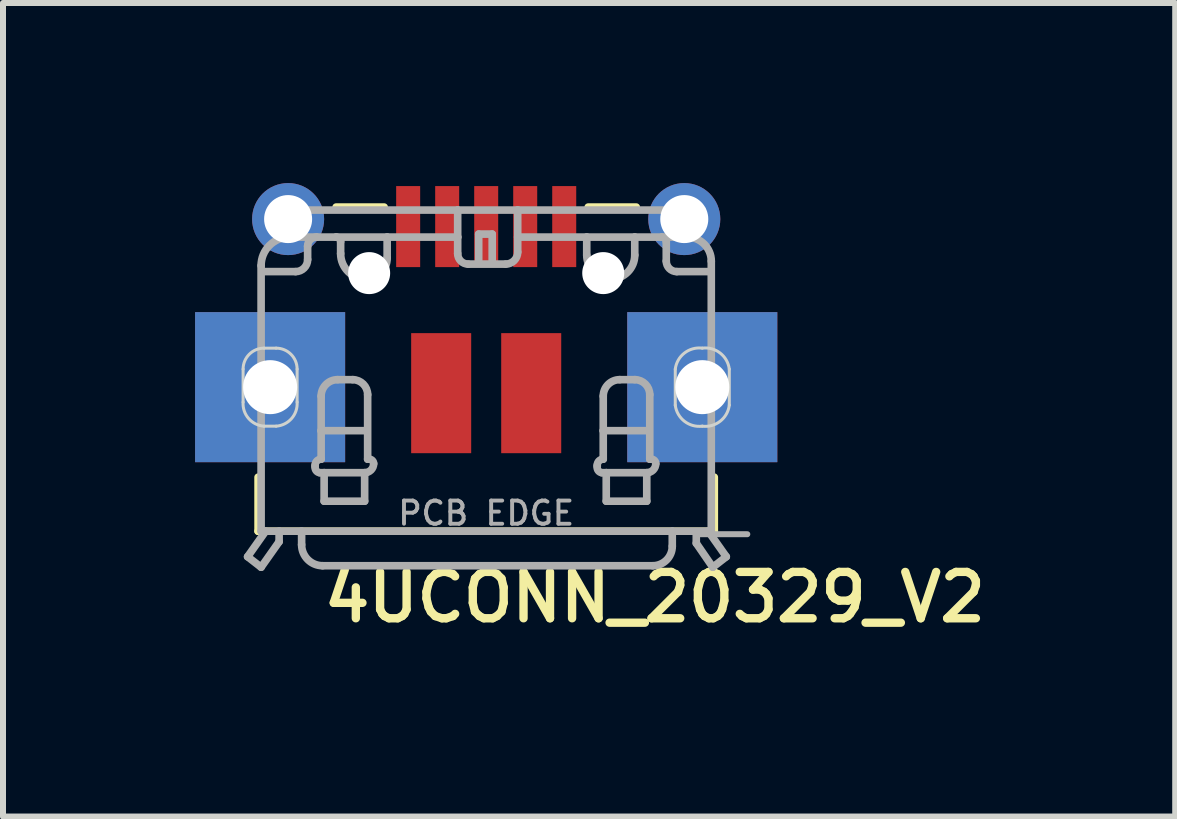
<source format=kicad_pcb>
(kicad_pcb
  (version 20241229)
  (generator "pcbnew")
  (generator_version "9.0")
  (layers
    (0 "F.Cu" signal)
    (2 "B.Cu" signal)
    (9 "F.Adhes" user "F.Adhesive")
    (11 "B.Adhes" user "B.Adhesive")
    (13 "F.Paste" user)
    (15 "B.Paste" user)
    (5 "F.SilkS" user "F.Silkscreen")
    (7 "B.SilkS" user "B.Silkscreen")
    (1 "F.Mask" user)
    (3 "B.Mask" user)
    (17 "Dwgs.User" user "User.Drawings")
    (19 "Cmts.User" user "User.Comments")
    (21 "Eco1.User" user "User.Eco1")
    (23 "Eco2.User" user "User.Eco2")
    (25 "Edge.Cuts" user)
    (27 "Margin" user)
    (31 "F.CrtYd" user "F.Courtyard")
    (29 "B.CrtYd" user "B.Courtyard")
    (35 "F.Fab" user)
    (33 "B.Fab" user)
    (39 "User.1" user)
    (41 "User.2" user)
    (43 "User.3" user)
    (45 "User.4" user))
  (footprint "4UCONN_20329_V2"
    (layer "F.Cu")
    (at 5.05 1.5)
    (property "Reference" "4UCONN_20329_V2" (at -2.778 5.852 180) (layer "F.SilkS") (effects (font (size 0.772 0.772) (thickness 0.139)) (justify left bottom)))
    (attr through_hole)
    (fp_poly (pts (xy -1.55 -0.05) (xy -1.05 -0.05) (xy -1.05 -1.5) (xy -1.55 -1.5)) (stroke (width 0) (type solid)) (fill yes) (layer "F.Mask"))
    (fp_poly (pts (xy -0.9 -0.05) (xy -0.4 -0.05) (xy -0.4 -1.5) (xy -0.9 -1.5)) (stroke (width 0) (type solid)) (fill yes) (layer "F.Mask"))
    (fp_poly (pts (xy -0.25 -0.05) (xy 0.25 -0.05) (xy 0.25 -1.5) (xy -0.25 -1.5)) (stroke (width 0) (type solid)) (fill yes) (layer "F.Mask"))
    (fp_poly (pts (xy 0.4 -0.05) (xy 0.9 -0.05) (xy 0.9 -1.5) (xy 0.4 -1.5)) (stroke (width 0) (type solid)) (fill yes) (layer "F.Mask"))
    (fp_poly (pts (xy 1.05 -0.05) (xy 1.55 -0.05) (xy 1.55 -1.5) (xy 1.05 -1.5)) (stroke (width 0) (type solid)) (fill yes) (layer "F.Mask"))
    (fp_line (start -3.8 3.4) (end -3.8 4.3) (stroke (width 0.127) (type solid)) (layer "F.SilkS"))
    (fp_line (start -3.8 4.3) (end 3.8 4.3) (stroke (width 0.127) (type solid)) (layer "F.SilkS"))
    (fp_line (start -2.5 -1.1) (end -1.7 -1.1) (stroke (width 0.127) (type solid)) (layer "F.SilkS"))
    (fp_line (start 1.7 -1.1) (end 2.5 -1.1) (stroke (width 0.127) (type solid)) (layer "F.SilkS"))
    (fp_line (start 3.8 4.3) (end 3.8 3.4) (stroke (width 0.127) (type solid)) (layer "F.SilkS"))
    (fp_poly (pts (xy -4.85 3.15) (xy -2.35 3.15) (xy -2.35 0.65) (xy -4.85 0.65)) (stroke (width 0) (type solid)) (fill yes) (layer "F.Paste"))
    (fp_poly (pts (xy 2.35 3.15) (xy 4.85 3.15) (xy 4.85 0.65) (xy 2.35 0.65)) (stroke (width 0) (type solid)) (fill yes) (layer "F.Paste"))
    (fp_poly (pts (xy -5.05 -0.9) (xy -5.014 -0.724) (xy -4.925 -0.567) (xy -4.793 -0.445) (xy -4.45 -0.35) (xy -3.35 -0.35) (xy -3.171 -0.37) (xy -3.007 -0.445) (xy -2.875 -0.567) (xy -2.786 -0.724) (xy -2.75 -0.9) (xy -2.786 -1.076) (xy -2.875 -1.233) (xy -3.007 -1.355) (xy -3.35 -1.45) (xy -4.45 -1.45) (xy -4.629 -1.43) (xy -4.793 -1.355) (xy -4.925 -1.233)) (stroke (width 0) (type solid)) (fill yes) (layer "F.Paste"))
    (fp_poly (pts (xy 2.75 -0.9) (xy 2.786 -0.724) (xy 2.875 -0.567) (xy 3.007 -0.445) (xy 3.35 -0.35) (xy 4.45 -0.35) (xy 4.629 -0.37) (xy 4.793 -0.445) (xy 4.925 -0.567) (xy 5.014 -0.724) (xy 5.05 -0.9) (xy 5.014 -1.076) (xy 4.925 -1.233) (xy 4.793 -1.355) (xy 4.45 -1.45) (xy 3.35 -1.45) (xy 3.171 -1.43) (xy 3.007 -1.355) (xy 2.875 -1.233)) (stroke (width 0) (type solid)) (fill yes) (layer "F.Paste"))
    (fp_line (start -4.05 2.15) (end -4.05 1.6) (stroke (width 0.05) (type solid)) (layer "Edge.Cuts"))
    (fp_line (start -3.7 1.25) (end -3.5 1.25) (stroke (width 0.05) (type solid)) (layer "Edge.Cuts"))
    (fp_line (start -3.5 2.55) (end -3.7 2.55) (stroke (width 0.05) (type solid)) (layer "Edge.Cuts"))
    (fp_line (start -3.15 1.6) (end -3.15 2.15) (stroke (width 0.05) (type solid)) (layer "Edge.Cuts"))
    (fp_line (start 3.15 2.2) (end 3.15 1.6) (stroke (width 0.05) (type solid)) (layer "Edge.Cuts"))
    (fp_line (start 4.05 1.6) (end 4.05 2.2) (stroke (width 0.05) (type solid)) (layer "Edge.Cuts"))
    (fp_arc (start -4.05 1.6) (mid -3.947487 1.352513) (end -3.7 1.25) (stroke (width 0.05) (type solid)) (layer "Edge.Cuts"))
    (fp_arc (start -3.7 2.55) (mid -3.957843 2.422487) (end -4.05 2.15) (stroke (width 0.05) (type solid)) (layer "Edge.Cuts"))
    (fp_arc (start -3.5 1.25) (mid -3.252513 1.352513) (end -3.15 1.6) (stroke (width 0.05) (type solid)) (layer "Edge.Cuts"))
    (fp_arc (start -3.15 2.15) (mid -3.242157 2.422487) (end -3.5 2.55) (stroke (width 0.05) (type solid)) (layer "Edge.Cuts"))
    (fp_arc (start 3.15 1.6) (mid 3.302513 1.331802) (end 3.6 1.25) (stroke (width 0.05) (type solid)) (layer "Edge.Cuts"))
    (fp_arc (start 3.6 1.25) (mid 3.897487 1.331802) (end 4.05 1.6) (stroke (width 0.05) (type solid)) (layer "Edge.Cuts"))
    (fp_arc (start 3.6 2.55) (mid 3.302513 2.468198) (end 3.15 2.2) (stroke (width 0.05) (type solid)) (layer "Edge.Cuts"))
    (fp_arc (start 4.05 2.2) (mid 3.897487 2.468198) (end 3.6 2.55) (stroke (width 0.05) (type solid)) (layer "Edge.Cuts"))
    (fp_line (start -3.975 4.725) (end -3.75 4.9) (stroke (width 0.127) (type solid)) (layer "F.Fab"))
    (fp_line (start -3.975 4.725) (end -3.675 4.3) (stroke (width 0.127) (type solid)) (layer "F.Fab"))
    (fp_line (start -3.75 -0.125) (end -3.75 4.3) (stroke (width 0.127) (type solid)) (layer "F.Fab"))
    (fp_line (start -3.75 4.3) (end -3.675 4.3) (stroke (width 0.127) (type solid)) (layer "F.Fab"))
    (fp_line (start -3.75 4.9) (end -3.45 4.475) (stroke (width 0.127) (type solid)) (layer "F.Fab"))
    (fp_line (start -3.725 -0.025) (end -3.175 -0.025) (stroke (width 0.127) (type solid)) (layer "F.Fab"))
    (fp_line (start -3.675 4.3) (end -3.45 4.3) (stroke (width 0.127) (type solid)) (layer "F.Fab"))
    (fp_line (start -3.575 -1.05) (end -0.475 -1.05) (stroke (width 0.127) (type solid)) (layer "F.Fab"))
    (fp_line (start -3.575 -0.75) (end -3.575 -1.05) (stroke (width 0.127) (type solid)) (layer "F.Fab"))
    (fp_line (start -3.45 4.3) (end -3.075 4.3) (stroke (width 0.127) (type solid)) (layer "F.Fab"))
    (fp_line (start -3.45 4.475) (end -3.45 4.3) (stroke (width 0.127) (type solid)) (layer "F.Fab"))
    (fp_line (start -3.425 -0.75) (end -3.575 -0.75) (stroke (width 0.127) (type solid)) (layer "F.Fab"))
    (fp_line (start -3.425 -0.625) (end -3.425 -0.75) (stroke (width 0.127) (type solid)) (layer "F.Fab"))
    (fp_line (start -3.075 4.3) (end -3.075 4.525) (stroke (width 0.127) (type solid)) (layer "F.Fab"))
    (fp_line (start -3.075 4.3) (end 3.1 4.3) (stroke (width 0.127) (type solid)) (layer "F.Fab"))
    (fp_line (start -2.975 -0.225) (end -2.975 -0.45) (stroke (width 0.127) (type solid)) (layer "F.Fab"))
    (fp_line (start -2.85 3.225) (end -2.85 3.2) (stroke (width 0.127) (type solid)) (layer "F.Fab"))
    (fp_line (start -2.825 -0.6) (end -3.275 -0.6) (stroke (width 0.127) (type solid)) (layer "F.Fab"))
    (fp_line (start -2.825 -0.6) (end -2.5 -0.6) (stroke (width 0.127) (type solid)) (layer "F.Fab"))
    (fp_line (start -2.75 2.625) (end -2.75 2.05) (stroke (width 0.127) (type solid)) (layer "F.Fab"))
    (fp_line (start -2.75 2.625) (end -2 2.625) (stroke (width 0.127) (type solid)) (layer "F.Fab"))
    (fp_line (start -2.75 3.1) (end -2.75 2.625) (stroke (width 0.127) (type solid)) (layer "F.Fab"))
    (fp_line (start -2.725 4.875) (end 2.775 4.875) (stroke (width 0.127) (type solid)) (layer "F.Fab"))
    (fp_line (start -2.7 3.325) (end -2.775 3.325) (stroke (width 0.127) (type solid)) (layer "F.Fab"))
    (fp_line (start -2.7 3.325) (end -2 3.325) (stroke (width 0.127) (type solid)) (layer "F.Fab"))
    (fp_line (start -2.7 3.8) (end -2.7 3.325) (stroke (width 0.127) (type solid)) (layer "F.Fab"))
    (fp_line (start -2.475 1.775) (end -2.225 1.775) (stroke (width 0.127) (type solid)) (layer "F.Fab"))
    (fp_line (start -2.425 -0.525) (end -2.425 -0.325) (stroke (width 0.127) (type solid)) (layer "F.Fab"))
    (fp_line (start -2.025 3.325) (end -2.025 3.8) (stroke (width 0.127) (type solid)) (layer "F.Fab"))
    (fp_line (start -2.025 3.8) (end -2.7 3.8) (stroke (width 0.127) (type solid)) (layer "F.Fab"))
    (fp_line (start -1.975 2.025) (end -1.975 3.1) (stroke (width 0.127) (type solid)) (layer "F.Fab"))
    (fp_line (start -1.975 3.1) (end -1.95 3.1) (stroke (width 0.127) (type solid)) (layer "F.Fab"))
    (fp_line (start -1.65 -0.6) (end -2.5 -0.6) (stroke (width 0.127) (type solid)) (layer "F.Fab"))
    (fp_line (start -1.65 -0.25) (end -1.65 -0.6) (stroke (width 0.127) (type solid)) (layer "F.Fab"))
    (fp_line (start -0.475 -1.05) (end 0.525 -1.05) (stroke (width 0.127) (type solid)) (layer "F.Fab"))
    (fp_line (start -0.475 -0.6) (end -1.65 -0.6) (stroke (width 0.127) (type solid)) (layer "F.Fab"))
    (fp_line (start -0.475 -0.6) (end -0.475 -1.05) (stroke (width 0.127) (type solid)) (layer "F.Fab"))
    (fp_line (start -0.475 -0.325) (end -0.475 -0.6) (stroke (width 0.127) (type solid)) (layer "F.Fab"))
    (fp_line (start -0.125 -0.65) (end 0.1 -0.65) (stroke (width 0.127) (type solid)) (layer "F.Fab"))
    (fp_line (start -0.125 -0.175) (end -0.125 -0.65) (stroke (width 0.127) (type solid)) (layer "F.Fab"))
    (fp_line (start 0.1 -0.65) (end 0.1 -0.175) (stroke (width 0.127) (type solid)) (layer "F.Fab"))
    (fp_line (start 0.325 -0.15) (end -0.3 -0.15) (stroke (width 0.127) (type solid)) (layer "F.Fab"))
    (fp_line (start 0.525 -1.05) (end 0.525 -0.6) (stroke (width 0.127) (type solid)) (layer "F.Fab"))
    (fp_line (start 0.525 -1.05) (end 3.6 -1.05) (stroke (width 0.127) (type solid)) (layer "F.Fab"))
    (fp_line (start 0.525 -0.6) (end 0.525 -0.35) (stroke (width 0.127) (type solid)) (layer "F.Fab"))
    (fp_line (start 1.675 -0.6) (end 0.525 -0.6) (stroke (width 0.127) (type solid)) (layer "F.Fab"))
    (fp_line (start 1.675 -0.6) (end 1.675 -0.3) (stroke (width 0.127) (type solid)) (layer "F.Fab"))
    (fp_line (start 1.85 3.225) (end 1.85 3.2) (stroke (width 0.127) (type solid)) (layer "F.Fab"))
    (fp_line (start 1.95 2.625) (end 1.95 2.05) (stroke (width 0.127) (type solid)) (layer "F.Fab"))
    (fp_line (start 1.95 2.625) (end 2.7 2.625) (stroke (width 0.127) (type solid)) (layer "F.Fab"))
    (fp_line (start 1.95 3.1) (end 1.95 2.625) (stroke (width 0.127) (type solid)) (layer "F.Fab"))
    (fp_line (start 2 3.325) (end 1.925 3.325) (stroke (width 0.127) (type solid)) (layer "F.Fab"))
    (fp_line (start 2 3.325) (end 2.7 3.325) (stroke (width 0.127) (type solid)) (layer "F.Fab"))
    (fp_line (start 2 3.8) (end 2 3.325) (stroke (width 0.127) (type solid)) (layer "F.Fab"))
    (fp_line (start 2.225 1.775) (end 2.475 1.775) (stroke (width 0.127) (type solid)) (layer "F.Fab"))
    (fp_line (start 2.475 -0.6) (end 1.675 -0.6) (stroke (width 0.127) (type solid)) (layer "F.Fab"))
    (fp_line (start 2.475 -0.6) (end 2.925 -0.6) (stroke (width 0.127) (type solid)) (layer "F.Fab"))
    (fp_line (start 2.475 -0.3) (end 2.475 -0.6) (stroke (width 0.127) (type solid)) (layer "F.Fab"))
    (fp_line (start 2.675 3.325) (end 2.675 3.8) (stroke (width 0.127) (type solid)) (layer "F.Fab"))
    (fp_line (start 2.675 3.8) (end 2 3.8) (stroke (width 0.127) (type solid)) (layer "F.Fab"))
    (fp_line (start 2.725 2.025) (end 2.725 3.1) (stroke (width 0.127) (type solid)) (layer "F.Fab"))
    (fp_line (start 2.725 3.1) (end 2.75 3.1) (stroke (width 0.127) (type solid)) (layer "F.Fab"))
    (fp_line (start 3 -0.525) (end 3 -0.2) (stroke (width 0.127) (type solid)) (layer "F.Fab"))
    (fp_line (start 3.1 4.3) (end 3.7 4.3) (stroke (width 0.127) (type solid)) (layer "F.Fab"))
    (fp_line (start 3.1 4.55) (end 3.1 4.3) (stroke (width 0.127) (type solid)) (layer "F.Fab"))
    (fp_line (start 3.175 -0.025) (end 3.725 -0.025) (stroke (width 0.127) (type solid)) (layer "F.Fab"))
    (fp_line (start 3.35 -0.775) (end 3.35 -0.6) (stroke (width 0.127) (type solid)) (layer "F.Fab"))
    (fp_line (start 3.35 -0.6) (end 2.925 -0.6) (stroke (width 0.127) (type solid)) (layer "F.Fab"))
    (fp_line (start 3.5 4.35) (end 4.35 4.35) (stroke (width 0.1) (type solid)) (layer "F.Fab"))
    (fp_line (start 3.5 4.5) (end 3.5 4.35) (stroke (width 0.127) (type solid)) (layer "F.Fab"))
    (fp_line (start 3.6 -1.05) (end 3.6 -0.775) (stroke (width 0.127) (type solid)) (layer "F.Fab"))
    (fp_line (start 3.6 -0.775) (end 3.35 -0.775) (stroke (width 0.127) (type solid)) (layer "F.Fab"))
    (fp_line (start 3.7 4.3) (end 3.75 4.3) (stroke (width 0.127) (type solid)) (layer "F.Fab"))
    (fp_line (start 3.7 4.3) (end 4 4.725) (stroke (width 0.127) (type solid)) (layer "F.Fab"))
    (fp_line (start 3.75 4.3) (end 3.75 -0.2) (stroke (width 0.127) (type solid)) (layer "F.Fab"))
    (fp_line (start 3.775 4.9) (end 3.5 4.5) (stroke (width 0.127) (type solid)) (layer "F.Fab"))
    (fp_line (start 4 4.725) (end 3.775 4.9) (stroke (width 0.127) (type solid)) (layer "F.Fab"))
    (fp_arc (start -3.750001 -0.124999) (mid -3.610876 -0.460875) (end -3.275 -0.6) (stroke (width 0.127) (type solid)) (layer "F.Fab"))
    (fp_arc (start -2.975 -0.45) (mid -2.931066 -0.556066) (end -2.825 -0.6) (stroke (width 0.127) (type solid)) (layer "F.Fab"))
    (fp_arc (start -2.975 -0.225) (mid -3.033579 -0.083579) (end -3.175 -0.025) (stroke (width 0.127) (type solid)) (layer "F.Fab"))
    (fp_arc (start -2.85 3.2) (mid -2.820711 3.129289) (end -2.75 3.1) (stroke (width 0.127) (type solid)) (layer "F.Fab"))
    (fp_arc (start -2.775 3.325) (mid -2.833211 3.290533) (end -2.85 3.225) (stroke (width 0.127) (type solid)) (layer "F.Fab"))
    (fp_arc (start -2.75 2.05) (mid -2.669454 1.855546) (end -2.475 1.775) (stroke (width 0.127) (type solid)) (layer "F.Fab"))
    (fp_arc (start -2.725 4.875) (mid -2.972487 4.772487) (end -3.075 4.525) (stroke (width 0.127) (type solid)) (layer "F.Fab"))
    (fp_arc (start -2.5 -0.6) (mid -2.446967 -0.578033) (end -2.425 -0.525) (stroke (width 0.127) (type solid)) (layer "F.Fab"))
    (fp_arc (start -2.225 1.775) (mid -2.048223 1.848223) (end -1.975 2.025) (stroke (width 0.127) (type solid)) (layer "F.Fab"))
    (fp_arc (start -2 0.1) (mid -2.30052 -0.02448) (end -2.425 -0.325) (stroke (width 0.127) (type solid)) (layer "F.Fab"))
    (fp_arc (start -1.95 3.1) (mid -1.896967 3.121967) (end -1.875 3.175) (stroke (width 0.127) (type solid)) (layer "F.Fab"))
    (fp_arc (start -1.875 3.175) (mid -1.918934 3.281066) (end -2.025 3.325) (stroke (width 0.127) (type solid)) (layer "F.Fab"))
    (fp_arc (start -1.65 -0.25) (mid -1.752513 -0.002513) (end -2 0.1) (stroke (width 0.127) (type solid)) (layer "F.Fab"))
    (fp_arc (start -0.3 -0.15) (mid -0.423744 -0.201256) (end -0.475 -0.325) (stroke (width 0.127) (type solid)) (layer "F.Fab"))
    (fp_arc (start 0.525 -0.35) (mid 0.466421 -0.208579) (end 0.325 -0.15) (stroke (width 0.127) (type solid)) (layer "F.Fab"))
    (fp_arc (start 1.85 3.2) (mid 1.879289 3.129289) (end 1.95 3.1) (stroke (width 0.127) (type solid)) (layer "F.Fab"))
    (fp_arc (start 1.925 3.325) (mid 1.866789 3.290533) (end 1.85 3.225) (stroke (width 0.127) (type solid)) (layer "F.Fab"))
    (fp_arc (start 1.95 2.05) (mid 2.030546 1.855546) (end 2.225 1.775) (stroke (width 0.127) (type solid)) (layer "F.Fab"))
    (fp_arc (start 2.075 0.1) (mid 1.792157 -0.017157) (end 1.675 -0.3) (stroke (width 0.127) (type solid)) (layer "F.Fab"))
    (fp_arc (start 2.475 -0.3) (mid 2.357843 -0.017157) (end 2.075 0.1) (stroke (width 0.127) (type solid)) (layer "F.Fab"))
    (fp_arc (start 2.475 1.775) (mid 2.651777 1.848223) (end 2.725 2.025) (stroke (width 0.127) (type solid)) (layer "F.Fab"))
    (fp_arc (start 2.75 3.1) (mid 2.803033 3.121967) (end 2.825 3.175) (stroke (width 0.127) (type solid)) (layer "F.Fab"))
    (fp_arc (start 2.825 3.175) (mid 2.781066 3.281066) (end 2.675 3.325) (stroke (width 0.127) (type solid)) (layer "F.Fab"))
    (fp_arc (start 2.925 -0.6) (mid 2.978033 -0.578033) (end 3 -0.525) (stroke (width 0.127) (type solid)) (layer "F.Fab"))
    (fp_arc (start 3.1 4.55) (mid 3.00481 4.77981) (end 2.775 4.875) (stroke (width 0.127) (type solid)) (layer "F.Fab"))
    (fp_arc (start 3.175 -0.025) (mid 3.051256 -0.076256) (end 3 -0.2) (stroke (width 0.127) (type solid)) (layer "F.Fab"))
    (fp_arc (start 3.349999 -0.599999) (mid 3.632842 -0.482842) (end 3.75 -0.2) (stroke (width 0.127) (type solid)) (layer "F.Fab"))
    (fp_text user "PCB EDGE" (at 0 4 0) (layer "F.Fab") (effects (font (size 0.386 0.386) (thickness 0.065))))
    (pad "" np_thru_hole circle (at -1.95 0) (size 0.7 0.7) (drill 0.7) (layers "*.Cu" "*.Mask"))
    (pad "" np_thru_hole circle (at 1.95 0) (size 0.7 0.7) (drill 0.7) (layers "*.Cu" "*.Mask"))
    (pad "BASE@1" smd rect (at -0.75 2 90) (size 2 1) (layers "F.Cu" "F.Mask" "F.Paste"))
    (pad "BASE@2" smd rect (at 0.75 2 90) (size 2 1) (layers "F.Cu" "F.Mask" "F.Paste"))
    (pad "D+" smd rect (at 0 -0.775) (size 0.4 1.35) (layers "F.Cu" "F.Mask" "F.Paste"))
    (pad "D-" smd rect (at -0.65 -0.775) (size 0.4 1.35) (layers "F.Cu" "F.Mask" "F.Paste"))
    (pad "GND" smd rect (at 1.3 -0.775) (size 0.4 1.35) (layers "F.Cu" "F.Mask" "F.Paste"))
    (pad "ID" smd rect (at 0.65 -0.775) (size 0.4 1.35) (layers "F.Cu" "F.Mask" "F.Paste"))
    (pad "SPRT@1" thru_hole circle (at -3.3 -0.9 180) (size 1.2 1.2) (drill 0.8) (layers "*.Cu" "*.Mask"))
    (pad "SPRT@2" thru_hole circle (at 3.3 -0.9) (size 1.2 1.2) (drill 0.8) (layers "*.Cu" "*.Mask"))
    (pad "SPRT@3" thru_hole rect (at -3.6 1.9 90) (size 2.5 2.5) (drill 0.9) (layers "*.Cu" "*.Mask"))
    (pad "SPRT@4" thru_hole rect (at 3.6 1.9 90) (size 2.5 2.5) (drill 0.9) (layers "*.Cu" "*.Mask"))
    (pad "VBUS" smd rect (at -1.3 -0.775) (size 0.4 1.35) (layers "F.Cu" "F.Mask" "F.Paste")))
  (gr_rect
    (start -3 -3)
    (end 16.529 10.554)
    (stroke (width 0.1) (type default))
    (fill no)
    (layer "Edge.Cuts")))
</source>
